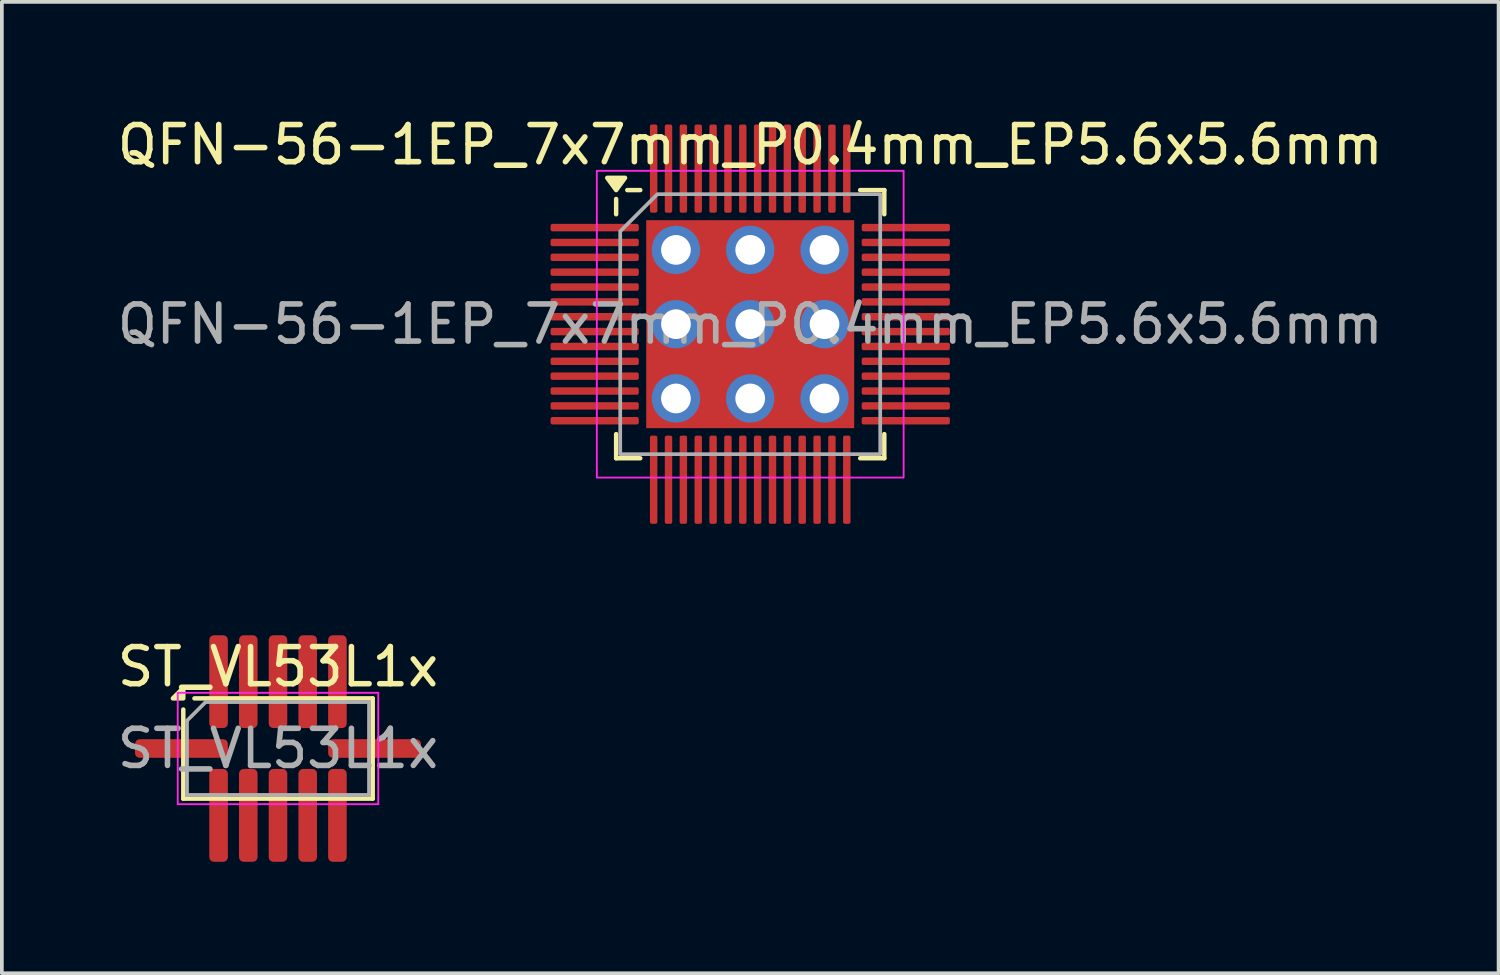
<source format=kicad_pcb>
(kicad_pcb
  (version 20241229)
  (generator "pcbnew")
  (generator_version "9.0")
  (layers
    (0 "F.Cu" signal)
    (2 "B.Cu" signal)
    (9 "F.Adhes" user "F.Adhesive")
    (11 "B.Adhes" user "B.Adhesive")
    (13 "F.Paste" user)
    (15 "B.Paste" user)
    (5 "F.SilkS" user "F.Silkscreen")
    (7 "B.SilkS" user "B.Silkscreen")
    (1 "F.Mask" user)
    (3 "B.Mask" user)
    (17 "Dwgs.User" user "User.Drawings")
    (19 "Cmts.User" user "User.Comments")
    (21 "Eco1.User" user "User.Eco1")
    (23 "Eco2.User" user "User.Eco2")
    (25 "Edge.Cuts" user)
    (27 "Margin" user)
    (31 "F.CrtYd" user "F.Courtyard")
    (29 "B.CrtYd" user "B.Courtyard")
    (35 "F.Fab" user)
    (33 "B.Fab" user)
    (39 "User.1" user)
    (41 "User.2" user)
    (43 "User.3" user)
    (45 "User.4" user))
  (footprint "ST_VL53L1x"
    (layer "F.Cu")
    (at 4.435 17.103)
    (property "Reference" "ST_VL53L1x" (at 0 -2.2 0) (layer "F.SilkS") (effects (font (size 1 1) (thickness 0.15))))
    (attr smd)
    (fp_line (start -2.55 -1.05) (end -2.55 1.35) (stroke (width 0.12) (type solid)) (layer "F.SilkS"))
    (fp_line (start -2.55 1.35) (end 2.55 1.35) (stroke (width 0.12) (type solid)) (layer "F.SilkS"))
    (fp_line (start 2.55 -1.35) (end -2.25 -1.35) (stroke (width 0.12) (type solid)) (layer "F.SilkS"))
    (fp_line (start 2.55 1.35) (end 2.55 -1.35) (stroke (width 0.12) (type solid)) (layer "F.SilkS"))
    (fp_poly (pts (xy -2.55 -1.35) (xy -2.83 -1.35) (xy -2.55 -1.63) (xy -2.55 -1.35)) (stroke (width 0.12) (type solid)) (fill yes) (layer "F.SilkS"))
    (fp_line (start -2.7 -1.5) (end -2.7 1.5) (stroke (width 0.05) (type solid)) (layer "F.CrtYd"))
    (fp_line (start -2.7 1.5) (end 2.7 1.5) (stroke (width 0.05) (type solid)) (layer "F.CrtYd"))
    (fp_line (start 2.7 -1.5) (end -2.7 -1.5) (stroke (width 0.05) (type solid)) (layer "F.CrtYd"))
    (fp_line (start 2.7 1.5) (end 2.7 -1.5) (stroke (width 0.05) (type solid)) (layer "F.CrtYd"))
    (fp_line (start -2.45 -0.75) (end -2.45 1.25) (stroke (width 0.1) (type solid)) (layer "F.Fab"))
    (fp_line (start -2.45 -0.75) (end -1.95 -1.25) (stroke (width 0.1) (type solid)) (layer "F.Fab"))
    (fp_line (start -1.95 -1.25) (end 2.45 -1.25) (stroke (width 0.1) (type solid)) (layer "F.Fab"))
    (fp_line (start 2.45 -1.25) (end 2.45 1.25) (stroke (width 0.1) (type solid)) (layer "F.Fab"))
    (fp_line (start 2.45 1.25) (end -2.45 1.25) (stroke (width 0.1) (type solid)) (layer "F.Fab"))
    (fp_text user "${REFERENCE}" (at 0 0 0) (layer "F.Fab") (effects (font (size 1 1) (thickness 0.15))))
    (pad "1" smd roundrect (at -1.6 -1.8) (size 0.5 2.5) (layers "F.Cu" "F.Mask" "F.Paste") (roundrect_rratio 0.25))
    (pad "2" smd roundrect (at -0.8 -1.8) (size 0.5 2.5) (layers "F.Cu" "F.Mask" "F.Paste") (roundrect_rratio 0.25))
    (pad "3" smd roundrect (at 0 -1.8) (size 0.5 2.5) (layers "F.Cu" "F.Mask" "F.Paste") (roundrect_rratio 0.25))
    (pad "4" smd roundrect (at 0.8 -1.8) (size 0.5 2.5) (layers "F.Cu" "F.Mask" "F.Paste") (roundrect_rratio 0.25))
    (pad "5" smd roundrect (at 1.6 -1.8) (size 0.5 2.5) (layers "F.Cu" "F.Mask" "F.Paste") (roundrect_rratio 0.25))
    (pad "6" smd roundrect (at 2.6 0) (size 2.5 0.5) (layers "F.Cu" "F.Mask" "F.Paste") (roundrect_rratio 0.25))
    (pad "7" smd roundrect (at 1.6 1.8) (size 0.5 2.5) (layers "F.Cu" "F.Mask" "F.Paste") (roundrect_rratio 0.25))
    (pad "8" smd roundrect (at 0.8 1.8) (size 0.5 2.5) (layers "F.Cu" "F.Mask" "F.Paste") (roundrect_rratio 0.25))
    (pad "9" smd roundrect (at 0 1.8) (size 0.5 2.5) (layers "F.Cu" "F.Mask" "F.Paste") (roundrect_rratio 0.25))
    (pad "10" smd roundrect (at -0.8 1.8) (size 0.5 2.5) (layers "F.Cu" "F.Mask" "F.Paste") (roundrect_rratio 0.25))
    (pad "11" smd roundrect (at -1.6 1.8) (size 0.5 2.5) (layers "F.Cu" "F.Mask" "F.Paste") (roundrect_rratio 0.25))
    (pad "12" smd roundrect (at -2.6 0) (size 2.5 0.5) (layers "F.Cu" "F.Mask" "F.Paste") (roundrect_rratio 0.25)))
  (footprint "QFN-56-1EP_7x7mm_P0.4mm_EP5.6x5.6mm"
    (layer "F.Cu")
    (at 17.149 5.678)
    (property "Reference" "QFN-56-1EP_7x7mm_P0.4mm_EP5.6x5.6mm" (at 0 -4.83 0) (layer "F.SilkS") (effects (font (size 1 1) (thickness 0.15))))
    (attr smd)
    (fp_line (start -3.61 -2.96) (end -3.61 -3.37) (stroke (width 0.12) (type solid)) (layer "F.SilkS"))
    (fp_line (start -3.61 3.61) (end -3.61 2.96) (stroke (width 0.12) (type solid)) (layer "F.SilkS"))
    (fp_line (start -2.96 -3.61) (end -3.31 -3.61) (stroke (width 0.12) (type solid)) (layer "F.SilkS"))
    (fp_line (start -2.96 3.61) (end -3.61 3.61) (stroke (width 0.12) (type solid)) (layer "F.SilkS"))
    (fp_line (start 2.96 -3.61) (end 3.61 -3.61) (stroke (width 0.12) (type solid)) (layer "F.SilkS"))
    (fp_line (start 2.96 3.61) (end 3.61 3.61) (stroke (width 0.12) (type solid)) (layer "F.SilkS"))
    (fp_line (start 3.61 -3.61) (end 3.61 -2.96) (stroke (width 0.12) (type solid)) (layer "F.SilkS"))
    (fp_line (start 3.61 3.61) (end 3.61 2.96) (stroke (width 0.12) (type solid)) (layer "F.SilkS"))
    (fp_poly (pts (xy -3.61 -3.61) (xy -3.85 -3.94) (xy -3.37 -3.94)) (stroke (width 0.12) (type solid)) (fill yes) (layer "F.SilkS"))
    (fp_rect (start -4.13 -4.13) (end 4.13 4.13) (stroke (width 0.05) (type solid)) (fill no) (layer "F.CrtYd"))
    (fp_poly (pts (xy -3.5 -2.5) (xy -3.5 3.5) (xy 3.5 3.5) (xy 3.5 -3.5) (xy -2.5 -3.5)) (stroke (width 0.1) (type solid)) (fill no) (layer "F.Fab"))
    (fp_text user "${REFERENCE}" (at 0 0 0) (layer "F.Fab") (effects (font (size 1 1) (thickness 0.15))))
    (pad "" smd roundrect (at -2.1 -2.1) (size 1.13 1.13) (layers "F.Paste") (roundrect_rratio 0.221))
    (pad "" smd roundrect (at -2.1 -0.7) (size 1.13 1.13) (layers "F.Paste") (roundrect_rratio 0.221))
    (pad "" smd roundrect (at -2.1 0.7) (size 1.13 1.13) (layers "F.Paste") (roundrect_rratio 0.221))
    (pad "" smd roundrect (at -2.1 2.1) (size 1.13 1.13) (layers "F.Paste") (roundrect_rratio 0.221))
    (pad "" smd roundrect (at -0.7 -2.1) (size 1.13 1.13) (layers "F.Paste") (roundrect_rratio 0.221))
    (pad "" smd roundrect (at -0.7 -0.7) (size 1.13 1.13) (layers "F.Paste") (roundrect_rratio 0.221))
    (pad "" smd roundrect (at -0.7 0.7) (size 1.13 1.13) (layers "F.Paste") (roundrect_rratio 0.221))
    (pad "" smd roundrect (at -0.7 2.1) (size 1.13 1.13) (layers "F.Paste") (roundrect_rratio 0.221))
    (pad "" smd roundrect (at 0.7 -2.1) (size 1.13 1.13) (layers "F.Paste") (roundrect_rratio 0.221))
    (pad "" smd roundrect (at 0.7 -0.7) (size 1.13 1.13) (layers "F.Paste") (roundrect_rratio 0.221))
    (pad "" smd roundrect (at 0.7 0.7) (size 1.13 1.13) (layers "F.Paste") (roundrect_rratio 0.221))
    (pad "" smd roundrect (at 0.7 2.1) (size 1.13 1.13) (layers "F.Paste") (roundrect_rratio 0.221))
    (pad "" smd roundrect (at 2.1 -2.1) (size 1.13 1.13) (layers "F.Paste") (roundrect_rratio 0.221))
    (pad "" smd roundrect (at 2.1 -0.7) (size 1.13 1.13) (layers "F.Paste") (roundrect_rratio 0.221))
    (pad "" smd roundrect (at 2.1 0.7) (size 1.13 1.13) (layers "F.Paste") (roundrect_rratio 0.221))
    (pad "" smd roundrect (at 2.1 2.1) (size 1.13 1.13) (layers "F.Paste") (roundrect_rratio 0.221))
    (pad "1" smd roundrect (at -4.188 -2.6) (size 2.375 0.2) (layers "F.Cu" "F.Mask" "F.Paste") (roundrect_rratio 0.25))
    (pad "2" smd roundrect (at -4.188 -2.2) (size 2.375 0.2) (layers "F.Cu" "F.Mask" "F.Paste") (roundrect_rratio 0.25))
    (pad "3" smd roundrect (at -4.188 -1.8) (size 2.375 0.2) (layers "F.Cu" "F.Mask" "F.Paste") (roundrect_rratio 0.25))
    (pad "4" smd roundrect (at -4.188 -1.4) (size 2.375 0.2) (layers "F.Cu" "F.Mask" "F.Paste") (roundrect_rratio 0.25))
    (pad "5" smd roundrect (at -4.188 -1) (size 2.375 0.2) (layers "F.Cu" "F.Mask" "F.Paste") (roundrect_rratio 0.25))
    (pad "6" smd roundrect (at -4.188 -0.6) (size 2.375 0.2) (layers "F.Cu" "F.Mask" "F.Paste") (roundrect_rratio 0.25))
    (pad "7" smd roundrect (at -4.188 -0.2) (size 2.375 0.2) (layers "F.Cu" "F.Mask" "F.Paste") (roundrect_rratio 0.25))
    (pad "8" smd roundrect (at -4.188 0.2) (size 2.375 0.2) (layers "F.Cu" "F.Mask" "F.Paste") (roundrect_rratio 0.25))
    (pad "9" smd roundrect (at -4.188 0.6) (size 2.375 0.2) (layers "F.Cu" "F.Mask" "F.Paste") (roundrect_rratio 0.25))
    (pad "10" smd roundrect (at -4.188 1) (size 2.375 0.2) (layers "F.Cu" "F.Mask" "F.Paste") (roundrect_rratio 0.25))
    (pad "11" smd roundrect (at -4.188 1.4) (size 2.375 0.2) (layers "F.Cu" "F.Mask" "F.Paste") (roundrect_rratio 0.25))
    (pad "12" smd roundrect (at -4.188 1.8) (size 2.375 0.2) (layers "F.Cu" "F.Mask" "F.Paste") (roundrect_rratio 0.25))
    (pad "13" smd roundrect (at -4.188 2.2) (size 2.375 0.2) (layers "F.Cu" "F.Mask" "F.Paste") (roundrect_rratio 0.25))
    (pad "14" smd roundrect (at -4.188 2.6) (size 2.375 0.2) (layers "F.Cu" "F.Mask" "F.Paste") (roundrect_rratio 0.25))
    (pad "15" smd roundrect (at -2.6 4.188) (size 0.2 2.375) (layers "F.Cu" "F.Mask" "F.Paste") (roundrect_rratio 0.25))
    (pad "16" smd roundrect (at -2.2 4.188) (size 0.2 2.375) (layers "F.Cu" "F.Mask" "F.Paste") (roundrect_rratio 0.25))
    (pad "17" smd roundrect (at -1.8 4.188) (size 0.2 2.375) (layers "F.Cu" "F.Mask" "F.Paste") (roundrect_rratio 0.25))
    (pad "18" smd roundrect (at -1.4 4.188) (size 0.2 2.375) (layers "F.Cu" "F.Mask" "F.Paste") (roundrect_rratio 0.25))
    (pad "19" smd roundrect (at -1 4.188) (size 0.2 2.375) (layers "F.Cu" "F.Mask" "F.Paste") (roundrect_rratio 0.25))
    (pad "20" smd roundrect (at -0.6 4.188) (size 0.2 2.375) (layers "F.Cu" "F.Mask" "F.Paste") (roundrect_rratio 0.25))
    (pad "21" smd roundrect (at -0.2 4.188) (size 0.2 2.375) (layers "F.Cu" "F.Mask" "F.Paste") (roundrect_rratio 0.25))
    (pad "22" smd roundrect (at 0.2 4.188) (size 0.2 2.375) (layers "F.Cu" "F.Mask" "F.Paste") (roundrect_rratio 0.25))
    (pad "23" smd roundrect (at 0.6 4.188) (size 0.2 2.375) (layers "F.Cu" "F.Mask" "F.Paste") (roundrect_rratio 0.25))
    (pad "24" smd roundrect (at 1 4.188) (size 0.2 2.375) (layers "F.Cu" "F.Mask" "F.Paste") (roundrect_rratio 0.25))
    (pad "25" smd roundrect (at 1.4 4.188) (size 0.2 2.375) (layers "F.Cu" "F.Mask" "F.Paste") (roundrect_rratio 0.25))
    (pad "26" smd roundrect (at 1.8 4.188) (size 0.2 2.375) (layers "F.Cu" "F.Mask" "F.Paste") (roundrect_rratio 0.25))
    (pad "27" smd roundrect (at 2.2 4.188) (size 0.2 2.375) (layers "F.Cu" "F.Mask" "F.Paste") (roundrect_rratio 0.25))
    (pad "28" smd roundrect (at 2.6 4.188) (size 0.2 2.375) (layers "F.Cu" "F.Mask" "F.Paste") (roundrect_rratio 0.25))
    (pad "29" smd roundrect (at 4.188 2.6) (size 2.375 0.2) (layers "F.Cu" "F.Mask" "F.Paste") (roundrect_rratio 0.25))
    (pad "30" smd roundrect (at 4.188 2.2) (size 2.375 0.2) (layers "F.Cu" "F.Mask" "F.Paste") (roundrect_rratio 0.25))
    (pad "31" smd roundrect (at 4.188 1.8) (size 2.375 0.2) (layers "F.Cu" "F.Mask" "F.Paste") (roundrect_rratio 0.25))
    (pad "32" smd roundrect (at 4.188 1.4) (size 2.375 0.2) (layers "F.Cu" "F.Mask" "F.Paste") (roundrect_rratio 0.25))
    (pad "33" smd roundrect (at 4.188 1) (size 2.375 0.2) (layers "F.Cu" "F.Mask" "F.Paste") (roundrect_rratio 0.25))
    (pad "34" smd roundrect (at 4.188 0.6) (size 2.375 0.2) (layers "F.Cu" "F.Mask" "F.Paste") (roundrect_rratio 0.25))
    (pad "35" smd roundrect (at 4.188 0.2) (size 2.375 0.2) (layers "F.Cu" "F.Mask" "F.Paste") (roundrect_rratio 0.25))
    (pad "36" smd roundrect (at 4.188 -0.2) (size 2.375 0.2) (layers "F.Cu" "F.Mask" "F.Paste") (roundrect_rratio 0.25))
    (pad "37" smd roundrect (at 4.188 -0.6) (size 2.375 0.2) (layers "F.Cu" "F.Mask" "F.Paste") (roundrect_rratio 0.25))
    (pad "38" smd roundrect (at 4.188 -1) (size 2.375 0.2) (layers "F.Cu" "F.Mask" "F.Paste") (roundrect_rratio 0.25))
    (pad "39" smd roundrect (at 4.188 -1.4) (size 2.375 0.2) (layers "F.Cu" "F.Mask" "F.Paste") (roundrect_rratio 0.25))
    (pad "40" smd roundrect (at 4.188 -1.8) (size 2.375 0.2) (layers "F.Cu" "F.Mask" "F.Paste") (roundrect_rratio 0.25))
    (pad "41" smd roundrect (at 4.188 -2.2) (size 2.375 0.2) (layers "F.Cu" "F.Mask" "F.Paste") (roundrect_rratio 0.25))
    (pad "42" smd roundrect (at 4.188 -2.6) (size 2.375 0.2) (layers "F.Cu" "F.Mask" "F.Paste") (roundrect_rratio 0.25))
    (pad "43" smd roundrect (at 2.6 -4.188) (size 0.2 2.375) (layers "F.Cu" "F.Mask" "F.Paste") (roundrect_rratio 0.25))
    (pad "44" smd roundrect (at 2.2 -4.188) (size 0.2 2.375) (layers "F.Cu" "F.Mask" "F.Paste") (roundrect_rratio 0.25))
    (pad "45" smd roundrect (at 1.8 -4.188) (size 0.2 2.375) (layers "F.Cu" "F.Mask" "F.Paste") (roundrect_rratio 0.25))
    (pad "46" smd roundrect (at 1.4 -4.188) (size 0.2 2.375) (layers "F.Cu" "F.Mask" "F.Paste") (roundrect_rratio 0.25))
    (pad "47" smd roundrect (at 1 -4.188) (size 0.2 2.375) (layers "F.Cu" "F.Mask" "F.Paste") (roundrect_rratio 0.25))
    (pad "48" smd roundrect (at 0.6 -4.188) (size 0.2 2.375) (layers "F.Cu" "F.Mask" "F.Paste") (roundrect_rratio 0.25))
    (pad "49" smd roundrect (at 0.2 -4.188) (size 0.2 2.375) (layers "F.Cu" "F.Mask" "F.Paste") (roundrect_rratio 0.25))
    (pad "50" smd roundrect (at -0.2 -4.188) (size 0.2 2.375) (layers "F.Cu" "F.Mask" "F.Paste") (roundrect_rratio 0.25))
    (pad "51" smd roundrect (at -0.6 -4.188) (size 0.2 2.375) (layers "F.Cu" "F.Mask" "F.Paste") (roundrect_rratio 0.25))
    (pad "52" smd roundrect (at -1 -4.188) (size 0.2 2.375) (layers "F.Cu" "F.Mask" "F.Paste") (roundrect_rratio 0.25))
    (pad "53" smd roundrect (at -1.4 -4.188) (size 0.2 2.375) (layers "F.Cu" "F.Mask" "F.Paste") (roundrect_rratio 0.25))
    (pad "54" smd roundrect (at -1.8 -4.188) (size 0.2 2.375) (layers "F.Cu" "F.Mask" "F.Paste") (roundrect_rratio 0.25))
    (pad "55" smd roundrect (at -2.2 -4.188) (size 0.2 2.375) (layers "F.Cu" "F.Mask" "F.Paste") (roundrect_rratio 0.25))
    (pad "56" smd roundrect (at -2.6 -4.188) (size 0.2 2.375) (layers "F.Cu" "F.Mask" "F.Paste") (roundrect_rratio 0.25))
    (pad "57" thru_hole circle (at -2 -2) (size 1.3 1.3) (drill 0.8) (property pad_prop_heatsink) (layers "*.Cu"))
    (pad "57" thru_hole circle (at -2 0) (size 1.3 1.3) (drill 0.8) (property pad_prop_heatsink) (layers "*.Cu"))
    (pad "57" thru_hole circle (at -2 2) (size 1.3 1.3) (drill 0.8) (property pad_prop_heatsink) (layers "*.Cu"))
    (pad "57" thru_hole circle (at 0 -2) (size 1.3 1.3) (drill 0.8) (property pad_prop_heatsink) (layers "*.Cu"))
    (pad "57" thru_hole circle (at 0 0) (size 1.3 1.3) (drill 0.8) (property pad_prop_heatsink) (layers "*.Cu"))
    (pad "57" smd rect (at 0 0) (size 5.6 5.6) (property pad_prop_heatsink) (layers "F.Cu" "F.Mask"))
    (pad "57" thru_hole circle (at 0 2) (size 1.3 1.3) (drill 0.8) (property pad_prop_heatsink) (layers "*.Cu"))
    (pad "57" thru_hole circle (at 2 -2) (size 1.3 1.3) (drill 0.8) (property pad_prop_heatsink) (layers "*.Cu"))
    (pad "57" thru_hole circle (at 2 0) (size 1.3 1.3) (drill 0.8) (property pad_prop_heatsink) (layers "*.Cu"))
    (pad "57" thru_hole circle (at 2 2) (size 1.3 1.3) (drill 0.8) (property pad_prop_heatsink) (layers "*.Cu")))
  (gr_rect
    (start -3 -3)
    (end 37.298 23.153)
    (stroke (width 0.1) (type default))
    (fill no)
    (layer "Edge.Cuts")))
</source>
